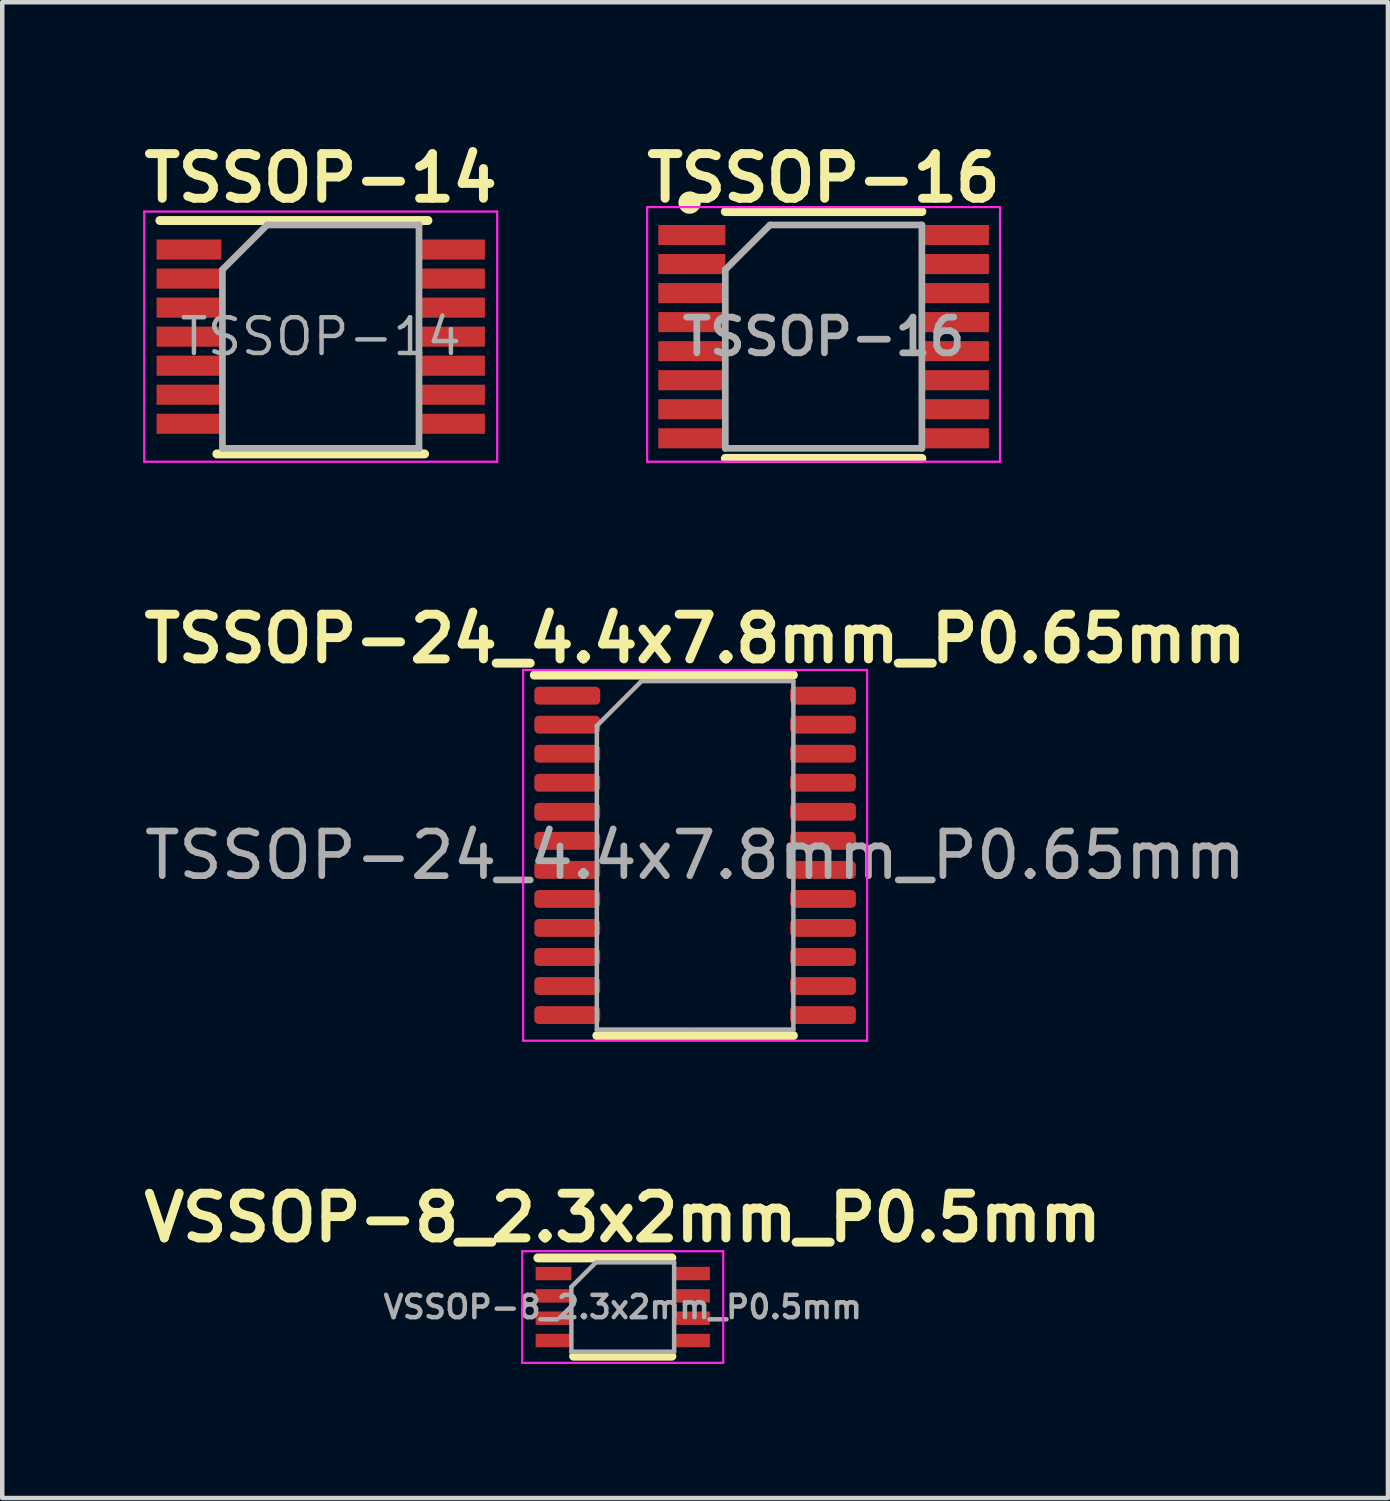
<source format=kicad_pcb>
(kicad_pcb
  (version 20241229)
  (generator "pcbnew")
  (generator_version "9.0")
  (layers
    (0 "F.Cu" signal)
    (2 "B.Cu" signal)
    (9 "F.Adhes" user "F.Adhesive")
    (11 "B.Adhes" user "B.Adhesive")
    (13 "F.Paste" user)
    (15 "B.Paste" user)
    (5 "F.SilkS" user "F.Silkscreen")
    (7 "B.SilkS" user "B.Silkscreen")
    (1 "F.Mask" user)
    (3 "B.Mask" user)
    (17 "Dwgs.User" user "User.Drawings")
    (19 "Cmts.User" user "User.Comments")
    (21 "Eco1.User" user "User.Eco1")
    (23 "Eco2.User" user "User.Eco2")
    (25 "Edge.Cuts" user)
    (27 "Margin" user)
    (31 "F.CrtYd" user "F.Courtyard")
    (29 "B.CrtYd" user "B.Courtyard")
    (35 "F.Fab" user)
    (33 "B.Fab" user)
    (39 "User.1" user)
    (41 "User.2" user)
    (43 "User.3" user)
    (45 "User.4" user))
  (footprint "TSSOP-24_4.4x7.8mm_P0.65mm"
    (layer "F.Cu")
    (at 12.51 16.097)
    (property "Reference" "TSSOP-24_4.4x7.8mm_P0.65mm" (at 0 -4.85 0) (layer "F.SilkS") (effects (font (size 1 1) (thickness 0.2))))
    (attr smd)
    (fp_line (start 0 -4.035) (end -3.6 -4.035) (stroke (width 0.2) (type solid)) (layer "F.SilkS"))
    (fp_line (start 0 -4.035) (end 2.2 -4.035) (stroke (width 0.2) (type solid)) (layer "F.SilkS"))
    (fp_line (start 0 4.035) (end -2.2 4.035) (stroke (width 0.2) (type solid)) (layer "F.SilkS"))
    (fp_line (start 0 4.035) (end 2.2 4.035) (stroke (width 0.2) (type solid)) (layer "F.SilkS"))
    (fp_line (start -3.85 -4.15) (end -3.85 4.15) (stroke (width 0.05) (type solid)) (layer "F.CrtYd"))
    (fp_line (start -3.85 4.15) (end 3.85 4.15) (stroke (width 0.05) (type solid)) (layer "F.CrtYd"))
    (fp_line (start 3.85 -4.15) (end -3.85 -4.15) (stroke (width 0.05) (type solid)) (layer "F.CrtYd"))
    (fp_line (start 3.85 4.15) (end 3.85 -4.15) (stroke (width 0.05) (type solid)) (layer "F.CrtYd"))
    (fp_line (start -2.2 -2.9) (end -1.2 -3.9) (stroke (width 0.1) (type solid)) (layer "F.Fab"))
    (fp_line (start -2.2 3.9) (end -2.2 -2.9) (stroke (width 0.1) (type solid)) (layer "F.Fab"))
    (fp_line (start -1.2 -3.9) (end 2.2 -3.9) (stroke (width 0.1) (type solid)) (layer "F.Fab"))
    (fp_line (start 2.2 -3.9) (end 2.2 3.9) (stroke (width 0.1) (type solid)) (layer "F.Fab"))
    (fp_line (start 2.2 3.9) (end -2.2 3.9) (stroke (width 0.1) (type solid)) (layer "F.Fab"))
    (fp_text user "${REFERENCE}" (at 0 0 0) (layer "F.Fab") (effects (font (size 1 1) (thickness 0.15))))
    (pad "1" smd roundrect (at -2.862 -3.575) (size 1.475 0.4) (layers "F.Cu" "F.Mask" "F.Paste") (roundrect_rratio 0.25))
    (pad "2" smd roundrect (at -2.862 -2.925) (size 1.475 0.4) (layers "F.Cu" "F.Mask" "F.Paste") (roundrect_rratio 0.25))
    (pad "3" smd roundrect (at -2.862 -2.275) (size 1.475 0.4) (layers "F.Cu" "F.Mask" "F.Paste") (roundrect_rratio 0.25))
    (pad "4" smd roundrect (at -2.862 -1.625) (size 1.475 0.4) (layers "F.Cu" "F.Mask" "F.Paste") (roundrect_rratio 0.25))
    (pad "5" smd roundrect (at -2.862 -0.975) (size 1.475 0.4) (layers "F.Cu" "F.Mask" "F.Paste") (roundrect_rratio 0.25))
    (pad "6" smd roundrect (at -2.862 -0.325) (size 1.475 0.4) (layers "F.Cu" "F.Mask" "F.Paste") (roundrect_rratio 0.25))
    (pad "7" smd roundrect (at -2.862 0.325) (size 1.475 0.4) (layers "F.Cu" "F.Mask" "F.Paste") (roundrect_rratio 0.25))
    (pad "8" smd roundrect (at -2.862 0.975) (size 1.475 0.4) (layers "F.Cu" "F.Mask" "F.Paste") (roundrect_rratio 0.25))
    (pad "9" smd roundrect (at -2.862 1.625) (size 1.475 0.4) (layers "F.Cu" "F.Mask" "F.Paste") (roundrect_rratio 0.25))
    (pad "10" smd roundrect (at -2.862 2.275) (size 1.475 0.4) (layers "F.Cu" "F.Mask" "F.Paste") (roundrect_rratio 0.25))
    (pad "11" smd roundrect (at -2.862 2.925) (size 1.475 0.4) (layers "F.Cu" "F.Mask" "F.Paste") (roundrect_rratio 0.25))
    (pad "12" smd roundrect (at -2.862 3.575) (size 1.475 0.4) (layers "F.Cu" "F.Mask" "F.Paste") (roundrect_rratio 0.25))
    (pad "13" smd roundrect (at 2.862 3.575) (size 1.475 0.4) (layers "F.Cu" "F.Mask" "F.Paste") (roundrect_rratio 0.25))
    (pad "14" smd roundrect (at 2.862 2.925) (size 1.475 0.4) (layers "F.Cu" "F.Mask" "F.Paste") (roundrect_rratio 0.25))
    (pad "15" smd roundrect (at 2.862 2.275) (size 1.475 0.4) (layers "F.Cu" "F.Mask" "F.Paste") (roundrect_rratio 0.25))
    (pad "16" smd roundrect (at 2.862 1.625) (size 1.475 0.4) (layers "F.Cu" "F.Mask" "F.Paste") (roundrect_rratio 0.25))
    (pad "17" smd roundrect (at 2.862 0.975) (size 1.475 0.4) (layers "F.Cu" "F.Mask" "F.Paste") (roundrect_rratio 0.25))
    (pad "18" smd roundrect (at 2.862 0.325) (size 1.475 0.4) (layers "F.Cu" "F.Mask" "F.Paste") (roundrect_rratio 0.25))
    (pad "19" smd roundrect (at 2.862 -0.325) (size 1.475 0.4) (layers "F.Cu" "F.Mask" "F.Paste") (roundrect_rratio 0.25))
    (pad "20" smd roundrect (at 2.862 -0.975) (size 1.475 0.4) (layers "F.Cu" "F.Mask" "F.Paste") (roundrect_rratio 0.25))
    (pad "21" smd roundrect (at 2.862 -1.625) (size 1.475 0.4) (layers "F.Cu" "F.Mask" "F.Paste") (roundrect_rratio 0.25))
    (pad "22" smd roundrect (at 2.862 -2.275) (size 1.475 0.4) (layers "F.Cu" "F.Mask" "F.Paste") (roundrect_rratio 0.25))
    (pad "23" smd roundrect (at 2.862 -2.925) (size 1.475 0.4) (layers "F.Cu" "F.Mask" "F.Paste") (roundrect_rratio 0.25))
    (pad "24" smd roundrect (at 2.862 -3.575) (size 1.475 0.4) (layers "F.Cu" "F.Mask" "F.Paste") (roundrect_rratio 0.25)))
  (footprint "TSSOP-14"
    (layer "F.Cu")
    (at 4.129 4.486)
    (property "Reference" "TSSOP-14" (at 0 -3.55 0) (layer "F.SilkS") (effects (font (size 1 1) (thickness 0.2))))
    (attr smd)
    (fp_line (start -2.325 2.625) (end 2.325 2.625) (stroke (width 0.2) (type solid)) (layer "F.SilkS"))
    (fp_line (start 2.4 -2.6) (end -3.6 -2.6) (stroke (width 0.2) (type solid)) (layer "F.SilkS"))
    (fp_line (start -3.95 -2.8) (end -3.95 2.8) (stroke (width 0.05) (type solid)) (layer "F.CrtYd"))
    (fp_line (start -3.95 -2.8) (end 3.95 -2.8) (stroke (width 0.05) (type solid)) (layer "F.CrtYd"))
    (fp_line (start -3.95 2.8) (end 3.95 2.8) (stroke (width 0.05) (type solid)) (layer "F.CrtYd"))
    (fp_line (start 3.95 -2.8) (end 3.95 2.8) (stroke (width 0.05) (type solid)) (layer "F.CrtYd"))
    (fp_line (start -2.2 -1.5) (end -1.2 -2.5) (stroke (width 0.15) (type solid)) (layer "F.Fab"))
    (fp_line (start -2.2 2.5) (end -2.2 -1.5) (stroke (width 0.15) (type solid)) (layer "F.Fab"))
    (fp_line (start -1.2 -2.5) (end 2.2 -2.5) (stroke (width 0.15) (type solid)) (layer "F.Fab"))
    (fp_line (start 2.2 -2.5) (end 2.2 2.5) (stroke (width 0.15) (type solid)) (layer "F.Fab"))
    (fp_line (start 2.2 2.5) (end -2.2 2.5) (stroke (width 0.15) (type solid)) (layer "F.Fab"))
    (fp_text user "${REFERENCE}" (at 0 0 0) (layer "F.Fab") (effects (font (size 0.8 0.8) (thickness 0.1))))
    (pad "1" smd rect (at -2.95 -1.95) (size 1.45 0.45) (layers "F.Cu" "F.Mask" "F.Paste"))
    (pad "2" smd rect (at -2.95 -1.3) (size 1.45 0.45) (layers "F.Cu" "F.Mask" "F.Paste"))
    (pad "3" smd rect (at -2.95 -0.65) (size 1.45 0.45) (layers "F.Cu" "F.Mask" "F.Paste"))
    (pad "4" smd rect (at -2.95 0) (size 1.45 0.45) (layers "F.Cu" "F.Mask" "F.Paste"))
    (pad "5" smd rect (at -2.95 0.65) (size 1.45 0.45) (layers "F.Cu" "F.Mask" "F.Paste"))
    (pad "6" smd rect (at -2.95 1.3) (size 1.45 0.45) (layers "F.Cu" "F.Mask" "F.Paste"))
    (pad "7" smd rect (at -2.95 1.95) (size 1.45 0.45) (layers "F.Cu" "F.Mask" "F.Paste"))
    (pad "8" smd rect (at 2.95 1.95) (size 1.45 0.45) (layers "F.Cu" "F.Mask" "F.Paste"))
    (pad "9" smd rect (at 2.95 1.3) (size 1.45 0.45) (layers "F.Cu" "F.Mask" "F.Paste"))
    (pad "10" smd rect (at 2.95 0.65) (size 1.45 0.45) (layers "F.Cu" "F.Mask" "F.Paste"))
    (pad "11" smd rect (at 2.95 0) (size 1.45 0.45) (layers "F.Cu" "F.Mask" "F.Paste"))
    (pad "12" smd rect (at 2.95 -0.65) (size 1.45 0.45) (layers "F.Cu" "F.Mask" "F.Paste"))
    (pad "13" smd rect (at 2.95 -1.3) (size 1.45 0.45) (layers "F.Cu" "F.Mask" "F.Paste"))
    (pad "14" smd rect (at 2.95 -1.95) (size 1.45 0.45) (layers "F.Cu" "F.Mask" "F.Paste")))
  (footprint "TSSOP-16"
    (layer "F.Cu")
    (at 15.386 4.486)
    (property "Reference" "TSSOP-16" (at 0 -3.55 0) (layer "F.SilkS") (effects (font (size 1 1) (thickness 0.2))))
    (attr smd)
    (fp_line (start -2.2 -2.8) (end 2.2 -2.8) (stroke (width 0.2) (type solid)) (layer "F.SilkS"))
    (fp_line (start -2.2 2.725) (end 2.2 2.725) (stroke (width 0.2) (type solid)) (layer "F.SilkS"))
    (fp_circle (center -3 -3) (end -2.875 -3) (stroke (width 0.25) (type solid)) (fill no) (layer "F.SilkS"))
    (fp_line (start -3.95 -2.9) (end -3.95 2.8) (stroke (width 0.05) (type solid)) (layer "F.CrtYd"))
    (fp_line (start -3.95 -2.9) (end 3.95 -2.9) (stroke (width 0.05) (type solid)) (layer "F.CrtYd"))
    (fp_line (start -3.95 2.8) (end 3.95 2.8) (stroke (width 0.05) (type solid)) (layer "F.CrtYd"))
    (fp_line (start 3.95 -2.9) (end 3.95 2.8) (stroke (width 0.05) (type solid)) (layer "F.CrtYd"))
    (fp_line (start -2.2 -1.5) (end -1.2 -2.5) (stroke (width 0.15) (type solid)) (layer "F.Fab"))
    (fp_line (start -2.2 2.5) (end -2.2 -1.5) (stroke (width 0.15) (type solid)) (layer "F.Fab"))
    (fp_line (start -1.2 -2.5) (end 2.2 -2.5) (stroke (width 0.15) (type solid)) (layer "F.Fab"))
    (fp_line (start 2.2 -2.5) (end 2.2 2.5) (stroke (width 0.15) (type solid)) (layer "F.Fab"))
    (fp_line (start 2.2 2.5) (end -2.2 2.5) (stroke (width 0.15) (type solid)) (layer "F.Fab"))
    (fp_text user "${REFERENCE}" (at 0 0 0) (layer "F.Fab") (effects (font (size 0.8 0.8) (thickness 0.15))))
    (pad "1" smd rect (at -2.95 -2.275) (size 1.5 0.45) (layers "F.Cu" "F.Mask" "F.Paste"))
    (pad "2" smd rect (at -2.95 -1.625) (size 1.5 0.45) (layers "F.Cu" "F.Mask" "F.Paste"))
    (pad "3" smd rect (at -2.95 -0.975) (size 1.5 0.45) (layers "F.Cu" "F.Mask" "F.Paste"))
    (pad "4" smd rect (at -2.95 -0.325) (size 1.5 0.45) (layers "F.Cu" "F.Mask" "F.Paste"))
    (pad "5" smd rect (at -2.95 0.325) (size 1.5 0.45) (layers "F.Cu" "F.Mask" "F.Paste"))
    (pad "6" smd rect (at -2.95 0.975) (size 1.5 0.45) (layers "F.Cu" "F.Mask" "F.Paste"))
    (pad "7" smd rect (at -2.95 1.625) (size 1.5 0.45) (layers "F.Cu" "F.Mask" "F.Paste"))
    (pad "8" smd rect (at -2.95 2.275) (size 1.5 0.45) (layers "F.Cu" "F.Mask" "F.Paste"))
    (pad "9" smd rect (at 2.95 2.275) (size 1.5 0.45) (layers "F.Cu" "F.Mask" "F.Paste"))
    (pad "10" smd rect (at 2.95 1.625) (size 1.5 0.45) (layers "F.Cu" "F.Mask" "F.Paste"))
    (pad "11" smd rect (at 2.95 0.975) (size 1.5 0.45) (layers "F.Cu" "F.Mask" "F.Paste"))
    (pad "12" smd rect (at 2.95 0.325) (size 1.5 0.45) (layers "F.Cu" "F.Mask" "F.Paste"))
    (pad "13" smd rect (at 2.95 -0.325) (size 1.5 0.45) (layers "F.Cu" "F.Mask" "F.Paste"))
    (pad "14" smd rect (at 2.95 -0.975) (size 1.5 0.45) (layers "F.Cu" "F.Mask" "F.Paste"))
    (pad "15" smd rect (at 2.95 -1.625) (size 1.5 0.45) (layers "F.Cu" "F.Mask" "F.Paste"))
    (pad "16" smd rect (at 2.95 -2.275) (size 1.5 0.45) (layers "F.Cu" "F.Mask" "F.Paste")))
  (footprint "VSSOP-8_2.3x2mm_P0.5mm"
    (layer "F.Cu")
    (at 10.89 26.208)
    (property "Reference" "VSSOP-8_2.3x2mm_P0.5mm" (at 0 -2 0) (layer "F.SilkS") (effects (font (size 1 1) (thickness 0.2))))
    (attr smd)
    (fp_line (start 1.1 -1.1) (end -1.9 -1.1) (stroke (width 0.2) (type solid)) (layer "F.SilkS"))
    (fp_line (start 1.1 1.1) (end -1.1 1.1) (stroke (width 0.2) (type solid)) (layer "F.SilkS"))
    (fp_line (start -2.25 -1.25) (end 2.25 -1.25) (stroke (width 0.05) (type solid)) (layer "F.CrtYd"))
    (fp_line (start -2.25 1.25) (end -2.25 -1.25) (stroke (width 0.05) (type solid)) (layer "F.CrtYd"))
    (fp_line (start 2.25 -1.25) (end 2.25 1.25) (stroke (width 0.05) (type solid)) (layer "F.CrtYd"))
    (fp_line (start 2.25 1.25) (end -2.25 1.25) (stroke (width 0.05) (type solid)) (layer "F.CrtYd"))
    (fp_line (start -1.15 1) (end -1.15 -0.45) (stroke (width 0.1) (type solid)) (layer "F.Fab"))
    (fp_line (start -0.6 -1) (end -1.15 -0.45) (stroke (width 0.1) (type solid)) (layer "F.Fab"))
    (fp_line (start -0.6 -1) (end 1.15 -1) (stroke (width 0.1) (type solid)) (layer "F.Fab"))
    (fp_line (start 1.15 -1) (end 1.15 1) (stroke (width 0.1) (type solid)) (layer "F.Fab"))
    (fp_line (start 1.15 1) (end -1.15 1) (stroke (width 0.1) (type solid)) (layer "F.Fab"))
    (fp_text user "${REFERENCE}" (at 0 0 0) (layer "F.Fab") (effects (font (size 0.5 0.5) (thickness 0.1))))
    (pad "1" smd rect (at -1.55 -0.75 270) (size 0.3 0.8) (layers "F.Cu" "F.Mask" "F.Paste"))
    (pad "2" smd rect (at -1.55 -0.25 270) (size 0.3 0.8) (layers "F.Cu" "F.Mask" "F.Paste"))
    (pad "3" smd rect (at -1.55 0.25 270) (size 0.3 0.8) (layers "F.Cu" "F.Mask" "F.Paste"))
    (pad "4" smd rect (at -1.55 0.75 270) (size 0.3 0.8) (layers "F.Cu" "F.Mask" "F.Paste"))
    (pad "5" smd rect (at 1.55 0.75 270) (size 0.3 0.8) (layers "F.Cu" "F.Mask" "F.Paste"))
    (pad "6" smd rect (at 1.55 0.25 270) (size 0.3 0.8) (layers "F.Cu" "F.Mask" "F.Paste"))
    (pad "7" smd rect (at 1.55 -0.25 270) (size 0.3 0.8) (layers "F.Cu" "F.Mask" "F.Paste"))
    (pad "8" smd rect (at 1.55 -0.75 270) (size 0.3 0.8) (layers "F.Cu" "F.Mask" "F.Paste")))
  (gr_rect
    (start -3 -3)
    (end 28.019 30.483)
    (stroke (width 0.1) (type default))
    (fill no)
    (layer "Edge.Cuts")))
</source>
